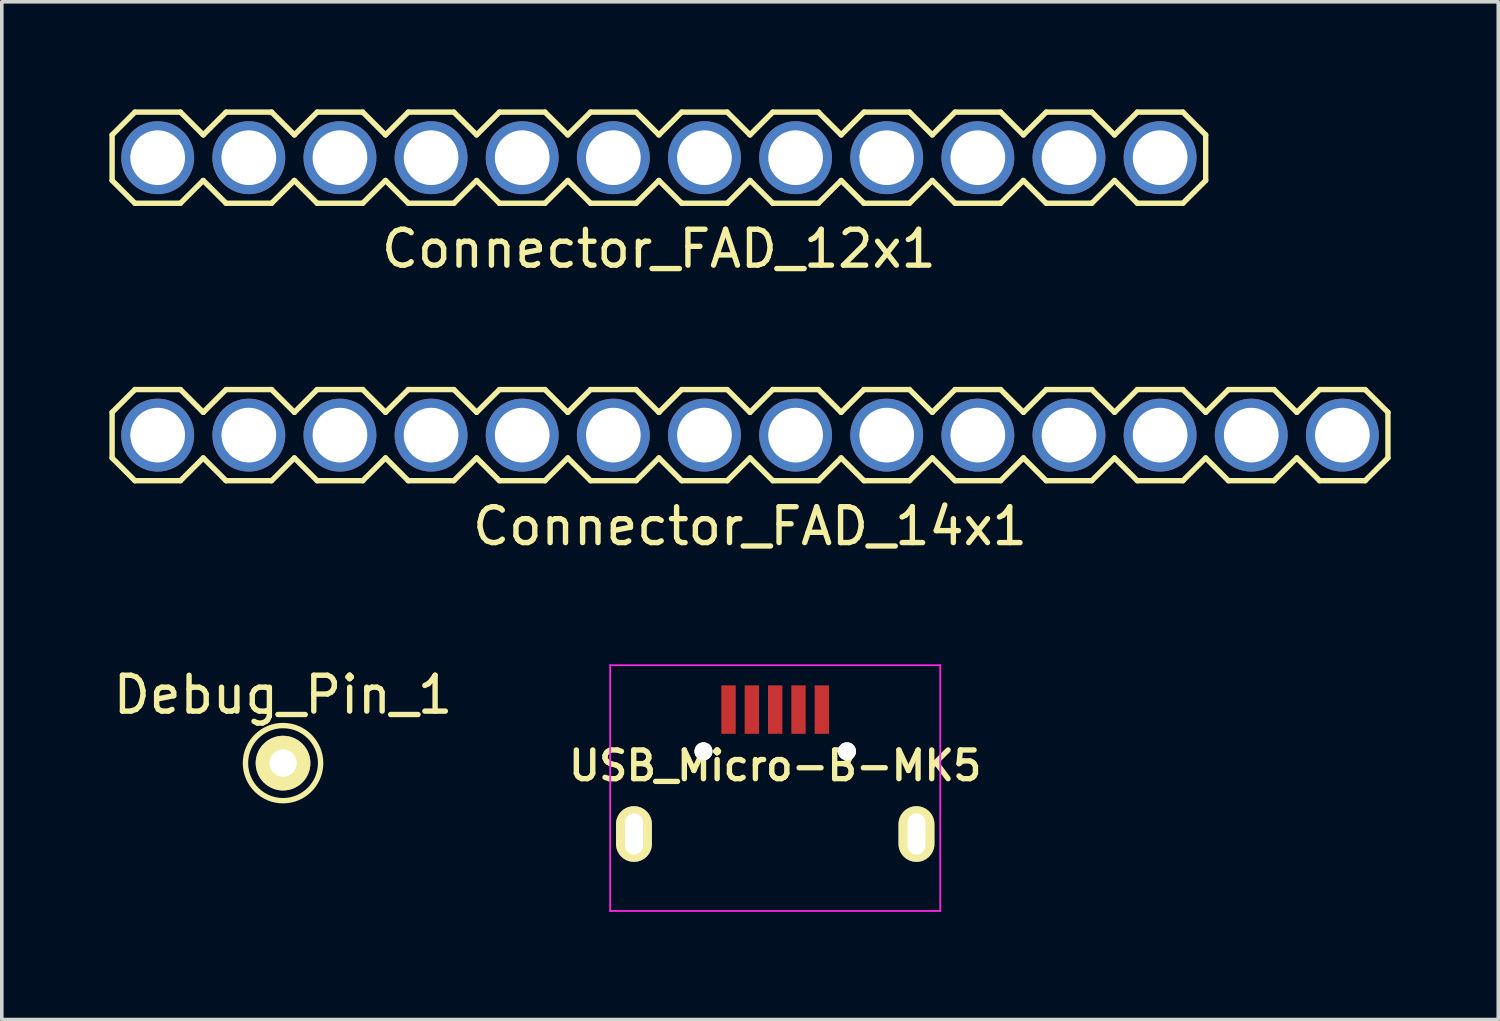
<source format=kicad_pcb>
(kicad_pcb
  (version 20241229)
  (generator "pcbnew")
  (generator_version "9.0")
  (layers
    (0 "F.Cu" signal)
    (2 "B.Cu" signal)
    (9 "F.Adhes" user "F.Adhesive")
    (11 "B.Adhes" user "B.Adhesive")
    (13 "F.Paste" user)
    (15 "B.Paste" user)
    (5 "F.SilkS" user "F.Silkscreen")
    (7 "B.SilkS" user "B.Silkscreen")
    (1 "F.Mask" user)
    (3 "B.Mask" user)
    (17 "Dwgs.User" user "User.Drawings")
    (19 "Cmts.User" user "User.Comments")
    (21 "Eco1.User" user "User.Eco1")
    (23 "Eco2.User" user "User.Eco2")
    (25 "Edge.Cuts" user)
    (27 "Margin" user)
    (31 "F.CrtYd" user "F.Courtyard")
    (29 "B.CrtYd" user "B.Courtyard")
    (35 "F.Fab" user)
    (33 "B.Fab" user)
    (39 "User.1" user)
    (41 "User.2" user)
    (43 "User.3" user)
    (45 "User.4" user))
  (footprint "Debug_Pin_1"
    (layer "F.Cu")
    (at 4.839 18.22)
    (property "Reference" "Debug_Pin_1" (at 0 -1.905 0) (layer "F.SilkS") (effects (font (size 1 1) (thickness 0.15))))
    (attr through_hole)
    (fp_circle (center 0 0) (end 1.016 0.254) (stroke (width 0.15) (type solid)) (fill no) (layer "F.SilkS"))
    (pad "1" thru_hole circle (at 0 0) (size 1.524 1.524) (drill 0.762) (layers "*.Cu" "*.Mask" "F.SilkS")))
  (footprint "USB_Micro-B-MK5"
    (layer "F.Cu")
    (at 18.557 18.291)
    (property "Reference" "USB_Micro-B-MK5" (at 0 0 0) (layer "F.SilkS") (effects (font (size 0.8 0.8) (thickness 0.15))))
    (attr smd)
    (fp_line (start -4.6 -2.8) (end 4.6 -2.8) (stroke (width 0.05) (type solid)) (layer "F.CrtYd"))
    (fp_line (start -4.6 4.05) (end -4.6 -2.8) (stroke (width 0.05) (type solid)) (layer "F.CrtYd"))
    (fp_line (start 4.6 -2.8) (end 4.6 4.05) (stroke (width 0.05) (type solid)) (layer "F.CrtYd"))
    (fp_line (start 4.6 4.05) (end -4.6 4.05) (stroke (width 0.05) (type solid)) (layer "F.CrtYd"))
    (pad "" thru_hole circle (at -2 -0.4) (size 0.5 0.5) (drill 0.5) (layers "*.Cu" "*.Mask" "F.SilkS"))
    (pad "" thru_hole circle (at 2 -0.4) (size 0.5 0.5) (drill 0.5) (layers "*.Cu" "*.Mask" "F.SilkS"))
    (pad "1" smd rect (at -1.301 -1.563 90) (size 1.35 0.4) (layers "F.Cu" "F.Mask" "F.Paste"))
    (pad "2" smd rect (at -0.651 -1.563 90) (size 1.35 0.4) (layers "F.Cu" "F.Mask" "F.Paste"))
    (pad "3" smd rect (at -0.001 -1.563 90) (size 1.35 0.4) (layers "F.Cu" "F.Mask" "F.Paste"))
    (pad "4" smd rect (at 0.649 -1.563 90) (size 1.35 0.4) (layers "F.Cu" "F.Mask" "F.Paste"))
    (pad "5" smd rect (at 1.299 -1.563 90) (size 1.35 0.4) (layers "F.Cu" "F.Mask" "F.Paste"))
    (pad "6" thru_hole oval (at -3.937 1.905 90) (size 1.55 1) (drill oval 1.15 0.5) (layers "*.Cu" "*.Mask" "F.SilkS"))
    (pad "6" thru_hole oval (at 3.937 1.905 90) (size 1.55 1) (drill oval 1.15 0.5) (layers "*.Cu" "*.Mask" "F.SilkS")))
  (footprint "Connector_FAD_14x1"
    (layer "F.Cu")
    (at 17.855 9.078)
    (property "Reference" "Connector_FAD_14x1" (at 0 2.54 0) (layer "F.SilkS") (effects (font (size 1 1) (thickness 0.15))))
    (attr through_hole)
    (fp_line (start -17.78 -0.635) (end -17.145 -1.27) (stroke (width 0.15) (type solid)) (layer "F.SilkS"))
    (fp_line (start -17.78 0.635) (end -17.78 -0.635) (stroke (width 0.15) (type solid)) (layer "F.SilkS"))
    (fp_line (start -17.145 -1.27) (end -15.875 -1.27) (stroke (width 0.15) (type solid)) (layer "F.SilkS"))
    (fp_line (start -17.145 1.27) (end -17.78 0.635) (stroke (width 0.15) (type solid)) (layer "F.SilkS"))
    (fp_line (start -15.875 -1.27) (end -15.24 -0.635) (stroke (width 0.15) (type solid)) (layer "F.SilkS"))
    (fp_line (start -15.875 1.27) (end -17.145 1.27) (stroke (width 0.15) (type solid)) (layer "F.SilkS"))
    (fp_line (start -15.24 -0.635) (end -14.605 -1.27) (stroke (width 0.15) (type solid)) (layer "F.SilkS"))
    (fp_line (start -15.24 0.635) (end -15.875 1.27) (stroke (width 0.15) (type solid)) (layer "F.SilkS"))
    (fp_line (start -14.605 -1.27) (end -13.335 -1.27) (stroke (width 0.15) (type solid)) (layer "F.SilkS"))
    (fp_line (start -14.605 1.27) (end -15.24 0.635) (stroke (width 0.15) (type solid)) (layer "F.SilkS"))
    (fp_line (start -13.335 -1.27) (end -12.7 -0.635) (stroke (width 0.15) (type solid)) (layer "F.SilkS"))
    (fp_line (start -13.335 1.27) (end -14.605 1.27) (stroke (width 0.15) (type solid)) (layer "F.SilkS"))
    (fp_line (start -12.7 -0.635) (end -12.065 -1.27) (stroke (width 0.15) (type solid)) (layer "F.SilkS"))
    (fp_line (start -12.7 0.635) (end -13.335 1.27) (stroke (width 0.15) (type solid)) (layer "F.SilkS"))
    (fp_line (start -12.065 -1.27) (end -10.795 -1.27) (stroke (width 0.15) (type solid)) (layer "F.SilkS"))
    (fp_line (start -12.065 1.27) (end -12.7 0.635) (stroke (width 0.15) (type solid)) (layer "F.SilkS"))
    (fp_line (start -10.795 -1.27) (end -10.16 -0.635) (stroke (width 0.15) (type solid)) (layer "F.SilkS"))
    (fp_line (start -10.795 1.27) (end -12.065 1.27) (stroke (width 0.15) (type solid)) (layer "F.SilkS"))
    (fp_line (start -10.16 -0.635) (end -9.525 -1.27) (stroke (width 0.15) (type solid)) (layer "F.SilkS"))
    (fp_line (start -10.16 0.635) (end -10.795 1.27) (stroke (width 0.15) (type solid)) (layer "F.SilkS"))
    (fp_line (start -9.525 -1.27) (end -8.255 -1.27) (stroke (width 0.15) (type solid)) (layer "F.SilkS"))
    (fp_line (start -9.525 1.27) (end -10.16 0.635) (stroke (width 0.15) (type solid)) (layer "F.SilkS"))
    (fp_line (start -8.255 -1.27) (end -7.62 -0.635) (stroke (width 0.15) (type solid)) (layer "F.SilkS"))
    (fp_line (start -8.255 1.27) (end -9.525 1.27) (stroke (width 0.15) (type solid)) (layer "F.SilkS"))
    (fp_line (start -7.62 -0.635) (end -6.985 -1.27) (stroke (width 0.15) (type solid)) (layer "F.SilkS"))
    (fp_line (start -7.62 0.635) (end -8.255 1.27) (stroke (width 0.15) (type solid)) (layer "F.SilkS"))
    (fp_line (start -6.985 -1.27) (end -5.715 -1.27) (stroke (width 0.15) (type solid)) (layer "F.SilkS"))
    (fp_line (start -6.985 1.27) (end -7.62 0.635) (stroke (width 0.15) (type solid)) (layer "F.SilkS"))
    (fp_line (start -5.715 -1.27) (end -5.08 -0.635) (stroke (width 0.15) (type solid)) (layer "F.SilkS"))
    (fp_line (start -5.715 1.27) (end -6.985 1.27) (stroke (width 0.15) (type solid)) (layer "F.SilkS"))
    (fp_line (start -5.08 -0.635) (end -4.445 -1.27) (stroke (width 0.15) (type solid)) (layer "F.SilkS"))
    (fp_line (start -5.08 0.635) (end -5.715 1.27) (stroke (width 0.15) (type solid)) (layer "F.SilkS"))
    (fp_line (start -4.445 -1.27) (end -3.175 -1.27) (stroke (width 0.15) (type solid)) (layer "F.SilkS"))
    (fp_line (start -4.445 1.27) (end -5.08 0.635) (stroke (width 0.15) (type solid)) (layer "F.SilkS"))
    (fp_line (start -3.175 -1.27) (end -2.54 -0.635) (stroke (width 0.15) (type solid)) (layer "F.SilkS"))
    (fp_line (start -3.175 1.27) (end -4.445 1.27) (stroke (width 0.15) (type solid)) (layer "F.SilkS"))
    (fp_line (start -2.54 -0.635) (end -1.905 -1.27) (stroke (width 0.15) (type solid)) (layer "F.SilkS"))
    (fp_line (start -2.54 0.635) (end -3.175 1.27) (stroke (width 0.15) (type solid)) (layer "F.SilkS"))
    (fp_line (start -1.905 -1.27) (end -0.635 -1.27) (stroke (width 0.15) (type solid)) (layer "F.SilkS"))
    (fp_line (start -1.905 1.27) (end -2.54 0.635) (stroke (width 0.15) (type solid)) (layer "F.SilkS"))
    (fp_line (start -0.635 -1.27) (end 0 -0.635) (stroke (width 0.15) (type solid)) (layer "F.SilkS"))
    (fp_line (start -0.635 1.27) (end -1.905 1.27) (stroke (width 0.15) (type solid)) (layer "F.SilkS"))
    (fp_line (start 0 -0.635) (end 0.635 -1.27) (stroke (width 0.15) (type solid)) (layer "F.SilkS"))
    (fp_line (start 0 0.635) (end -0.635 1.27) (stroke (width 0.15) (type solid)) (layer "F.SilkS"))
    (fp_line (start 0.635 -1.27) (end 1.905 -1.27) (stroke (width 0.15) (type solid)) (layer "F.SilkS"))
    (fp_line (start 0.635 1.27) (end 0 0.635) (stroke (width 0.15) (type solid)) (layer "F.SilkS"))
    (fp_line (start 1.905 -1.27) (end 2.54 -0.635) (stroke (width 0.15) (type solid)) (layer "F.SilkS"))
    (fp_line (start 1.905 1.27) (end 0.635 1.27) (stroke (width 0.15) (type solid)) (layer "F.SilkS"))
    (fp_line (start 2.54 -0.635) (end 3.175 -1.27) (stroke (width 0.15) (type solid)) (layer "F.SilkS"))
    (fp_line (start 2.54 0.635) (end 1.905 1.27) (stroke (width 0.15) (type solid)) (layer "F.SilkS"))
    (fp_line (start 3.175 -1.27) (end 4.445 -1.27) (stroke (width 0.15) (type solid)) (layer "F.SilkS"))
    (fp_line (start 3.175 1.27) (end 2.54 0.635) (stroke (width 0.15) (type solid)) (layer "F.SilkS"))
    (fp_line (start 4.445 -1.27) (end 5.08 -0.635) (stroke (width 0.15) (type solid)) (layer "F.SilkS"))
    (fp_line (start 4.445 1.27) (end 3.175 1.27) (stroke (width 0.15) (type solid)) (layer "F.SilkS"))
    (fp_line (start 5.08 -0.635) (end 5.715 -1.27) (stroke (width 0.15) (type solid)) (layer "F.SilkS"))
    (fp_line (start 5.08 0.635) (end 4.445 1.27) (stroke (width 0.15) (type solid)) (layer "F.SilkS"))
    (fp_line (start 5.715 -1.27) (end 6.985 -1.27) (stroke (width 0.15) (type solid)) (layer "F.SilkS"))
    (fp_line (start 5.715 1.27) (end 5.08 0.635) (stroke (width 0.15) (type solid)) (layer "F.SilkS"))
    (fp_line (start 6.985 -1.27) (end 7.62 -0.635) (stroke (width 0.15) (type solid)) (layer "F.SilkS"))
    (fp_line (start 6.985 1.27) (end 5.715 1.27) (stroke (width 0.15) (type solid)) (layer "F.SilkS"))
    (fp_line (start 7.62 -0.635) (end 8.255 -1.27) (stroke (width 0.15) (type solid)) (layer "F.SilkS"))
    (fp_line (start 7.62 0.635) (end 6.985 1.27) (stroke (width 0.15) (type solid)) (layer "F.SilkS"))
    (fp_line (start 8.255 -1.27) (end 9.525 -1.27) (stroke (width 0.15) (type solid)) (layer "F.SilkS"))
    (fp_line (start 8.255 1.27) (end 7.62 0.635) (stroke (width 0.15) (type solid)) (layer "F.SilkS"))
    (fp_line (start 9.525 -1.27) (end 10.16 -0.635) (stroke (width 0.15) (type solid)) (layer "F.SilkS"))
    (fp_line (start 9.525 1.27) (end 8.255 1.27) (stroke (width 0.15) (type solid)) (layer "F.SilkS"))
    (fp_line (start 10.16 -0.635) (end 10.795 -1.27) (stroke (width 0.15) (type solid)) (layer "F.SilkS"))
    (fp_line (start 10.16 0.635) (end 9.525 1.27) (stroke (width 0.15) (type solid)) (layer "F.SilkS"))
    (fp_line (start 10.795 -1.27) (end 12.065 -1.27) (stroke (width 0.15) (type solid)) (layer "F.SilkS"))
    (fp_line (start 10.795 1.27) (end 10.16 0.635) (stroke (width 0.15) (type solid)) (layer "F.SilkS"))
    (fp_line (start 12.065 -1.27) (end 12.7 -0.635) (stroke (width 0.15) (type solid)) (layer "F.SilkS"))
    (fp_line (start 12.065 1.27) (end 10.795 1.27) (stroke (width 0.15) (type solid)) (layer "F.SilkS"))
    (fp_line (start 12.7 -0.635) (end 13.335 -1.27) (stroke (width 0.15) (type solid)) (layer "F.SilkS"))
    (fp_line (start 12.7 0.635) (end 12.065 1.27) (stroke (width 0.15) (type solid)) (layer "F.SilkS"))
    (fp_line (start 13.335 -1.27) (end 14.605 -1.27) (stroke (width 0.15) (type solid)) (layer "F.SilkS"))
    (fp_line (start 13.335 1.27) (end 12.7 0.635) (stroke (width 0.15) (type solid)) (layer "F.SilkS"))
    (fp_line (start 14.605 -1.27) (end 15.24 -0.635) (stroke (width 0.15) (type solid)) (layer "F.SilkS"))
    (fp_line (start 14.605 1.27) (end 13.335 1.27) (stroke (width 0.15) (type solid)) (layer "F.SilkS"))
    (fp_line (start 15.24 -0.635) (end 15.875 -1.27) (stroke (width 0.15) (type solid)) (layer "F.SilkS"))
    (fp_line (start 15.24 0.635) (end 14.605 1.27) (stroke (width 0.15) (type solid)) (layer "F.SilkS"))
    (fp_line (start 15.875 -1.27) (end 17.145 -1.27) (stroke (width 0.15) (type solid)) (layer "F.SilkS"))
    (fp_line (start 15.875 1.27) (end 15.24 0.635) (stroke (width 0.15) (type solid)) (layer "F.SilkS"))
    (fp_line (start 17.145 -1.27) (end 17.78 -0.635) (stroke (width 0.15) (type solid)) (layer "F.SilkS"))
    (fp_line (start 17.145 1.27) (end 15.875 1.27) (stroke (width 0.15) (type solid)) (layer "F.SilkS"))
    (fp_line (start 17.78 -0.635) (end 17.78 0.635) (stroke (width 0.15) (type solid)) (layer "F.SilkS"))
    (fp_line (start 17.78 0.635) (end 17.145 1.27) (stroke (width 0.15) (type solid)) (layer "F.SilkS"))
    (pad "1" thru_hole circle (at -16.51 0) (size 2.032 2.032) (drill 1.524) (layers "*.Cu" "*.Mask"))
    (pad "2" thru_hole circle (at -13.97 0) (size 2.032 2.032) (drill 1.524) (layers "*.Cu" "*.Mask"))
    (pad "3" thru_hole circle (at -11.43 0) (size 2.032 2.032) (drill 1.524) (layers "*.Cu" "*.Mask"))
    (pad "4" thru_hole circle (at -8.89 0) (size 2.032 2.032) (drill 1.524) (layers "*.Cu" "*.Mask"))
    (pad "5" thru_hole circle (at -6.35 0) (size 2.032 2.032) (drill 1.524) (layers "*.Cu" "*.Mask"))
    (pad "6" thru_hole circle (at -3.81 0) (size 2.032 2.032) (drill 1.524) (layers "*.Cu" "*.Mask"))
    (pad "7" thru_hole circle (at -1.27 0) (size 2.032 2.032) (drill 1.524) (layers "*.Cu" "*.Mask"))
    (pad "8" thru_hole circle (at 1.27 0) (size 2.032 2.032) (drill 1.524) (layers "*.Cu" "*.Mask"))
    (pad "9" thru_hole circle (at 3.81 0) (size 2.032 2.032) (drill 1.524) (layers "*.Cu" "*.Mask"))
    (pad "10" thru_hole circle (at 6.35 0) (size 2.032 2.032) (drill 1.524) (layers "*.Cu" "*.Mask"))
    (pad "11" thru_hole circle (at 8.89 0) (size 2.032 2.032) (drill 1.524) (layers "*.Cu" "*.Mask"))
    (pad "12" thru_hole circle (at 11.43 0) (size 2.032 2.032) (drill 1.524) (layers "*.Cu" "*.Mask"))
    (pad "13" thru_hole circle (at 13.97 0) (size 2.032 2.032) (drill 1.524) (layers "*.Cu" "*.Mask"))
    (pad "14" thru_hole circle (at 16.51 0) (size 2.032 2.032) (drill 1.524) (layers "*.Cu" "*.Mask")))
  (footprint "Connector_FAD_12x1"
    (layer "F.Cu")
    (at 15.315 1.345)
    (property "Reference" "Connector_FAD_12x1" (at 0 2.54 0) (layer "F.SilkS") (effects (font (size 1 1) (thickness 0.15))))
    (attr through_hole)
    (fp_line (start -15.24 -0.635) (end -14.605 -1.27) (stroke (width 0.15) (type solid)) (layer "F.SilkS"))
    (fp_line (start -15.24 0.635) (end -15.24 -0.635) (stroke (width 0.15) (type solid)) (layer "F.SilkS"))
    (fp_line (start -14.605 -1.27) (end -13.335 -1.27) (stroke (width 0.15) (type solid)) (layer "F.SilkS"))
    (fp_line (start -14.605 1.27) (end -15.24 0.635) (stroke (width 0.15) (type solid)) (layer "F.SilkS"))
    (fp_line (start -13.335 -1.27) (end -12.7 -0.635) (stroke (width 0.15) (type solid)) (layer "F.SilkS"))
    (fp_line (start -13.335 1.27) (end -14.605 1.27) (stroke (width 0.15) (type solid)) (layer "F.SilkS"))
    (fp_line (start -12.7 -0.635) (end -12.065 -1.27) (stroke (width 0.15) (type solid)) (layer "F.SilkS"))
    (fp_line (start -12.7 0.635) (end -13.335 1.27) (stroke (width 0.15) (type solid)) (layer "F.SilkS"))
    (fp_line (start -12.065 -1.27) (end -10.795 -1.27) (stroke (width 0.15) (type solid)) (layer "F.SilkS"))
    (fp_line (start -12.065 1.27) (end -12.7 0.635) (stroke (width 0.15) (type solid)) (layer "F.SilkS"))
    (fp_line (start -10.795 -1.27) (end -10.16 -0.635) (stroke (width 0.15) (type solid)) (layer "F.SilkS"))
    (fp_line (start -10.795 1.27) (end -12.065 1.27) (stroke (width 0.15) (type solid)) (layer "F.SilkS"))
    (fp_line (start -10.16 -0.635) (end -9.525 -1.27) (stroke (width 0.15) (type solid)) (layer "F.SilkS"))
    (fp_line (start -10.16 0.635) (end -10.795 1.27) (stroke (width 0.15) (type solid)) (layer "F.SilkS"))
    (fp_line (start -9.525 -1.27) (end -8.255 -1.27) (stroke (width 0.15) (type solid)) (layer "F.SilkS"))
    (fp_line (start -9.525 1.27) (end -10.16 0.635) (stroke (width 0.15) (type solid)) (layer "F.SilkS"))
    (fp_line (start -8.255 -1.27) (end -7.62 -0.635) (stroke (width 0.15) (type solid)) (layer "F.SilkS"))
    (fp_line (start -8.255 1.27) (end -9.525 1.27) (stroke (width 0.15) (type solid)) (layer "F.SilkS"))
    (fp_line (start -7.62 -0.635) (end -6.985 -1.27) (stroke (width 0.15) (type solid)) (layer "F.SilkS"))
    (fp_line (start -7.62 0.635) (end -8.255 1.27) (stroke (width 0.15) (type solid)) (layer "F.SilkS"))
    (fp_line (start -6.985 -1.27) (end -5.715 -1.27) (stroke (width 0.15) (type solid)) (layer "F.SilkS"))
    (fp_line (start -6.985 1.27) (end -7.62 0.635) (stroke (width 0.15) (type solid)) (layer "F.SilkS"))
    (fp_line (start -5.715 -1.27) (end -5.08 -0.635) (stroke (width 0.15) (type solid)) (layer "F.SilkS"))
    (fp_line (start -5.715 1.27) (end -6.985 1.27) (stroke (width 0.15) (type solid)) (layer "F.SilkS"))
    (fp_line (start -5.08 -0.635) (end -4.445 -1.27) (stroke (width 0.15) (type solid)) (layer "F.SilkS"))
    (fp_line (start -5.08 0.635) (end -5.715 1.27) (stroke (width 0.15) (type solid)) (layer "F.SilkS"))
    (fp_line (start -4.445 -1.27) (end -3.175 -1.27) (stroke (width 0.15) (type solid)) (layer "F.SilkS"))
    (fp_line (start -4.445 1.27) (end -5.08 0.635) (stroke (width 0.15) (type solid)) (layer "F.SilkS"))
    (fp_line (start -3.175 -1.27) (end -2.54 -0.635) (stroke (width 0.15) (type solid)) (layer "F.SilkS"))
    (fp_line (start -3.175 1.27) (end -4.445 1.27) (stroke (width 0.15) (type solid)) (layer "F.SilkS"))
    (fp_line (start -2.54 -0.635) (end -1.905 -1.27) (stroke (width 0.15) (type solid)) (layer "F.SilkS"))
    (fp_line (start -2.54 0.635) (end -3.175 1.27) (stroke (width 0.15) (type solid)) (layer "F.SilkS"))
    (fp_line (start -1.905 -1.27) (end -0.635 -1.27) (stroke (width 0.15) (type solid)) (layer "F.SilkS"))
    (fp_line (start -1.905 1.27) (end -2.54 0.635) (stroke (width 0.15) (type solid)) (layer "F.SilkS"))
    (fp_line (start -0.635 -1.27) (end 0 -0.635) (stroke (width 0.15) (type solid)) (layer "F.SilkS"))
    (fp_line (start -0.635 1.27) (end -1.905 1.27) (stroke (width 0.15) (type solid)) (layer "F.SilkS"))
    (fp_line (start 0 -0.635) (end 0.635 -1.27) (stroke (width 0.15) (type solid)) (layer "F.SilkS"))
    (fp_line (start 0 0.635) (end -0.635 1.27) (stroke (width 0.15) (type solid)) (layer "F.SilkS"))
    (fp_line (start 0.635 -1.27) (end 1.905 -1.27) (stroke (width 0.15) (type solid)) (layer "F.SilkS"))
    (fp_line (start 0.635 1.27) (end 0 0.635) (stroke (width 0.15) (type solid)) (layer "F.SilkS"))
    (fp_line (start 1.905 -1.27) (end 2.54 -0.635) (stroke (width 0.15) (type solid)) (layer "F.SilkS"))
    (fp_line (start 1.905 1.27) (end 0.635 1.27) (stroke (width 0.15) (type solid)) (layer "F.SilkS"))
    (fp_line (start 2.54 -0.635) (end 3.175 -1.27) (stroke (width 0.15) (type solid)) (layer "F.SilkS"))
    (fp_line (start 2.54 0.635) (end 1.905 1.27) (stroke (width 0.15) (type solid)) (layer "F.SilkS"))
    (fp_line (start 3.175 -1.27) (end 4.445 -1.27) (stroke (width 0.15) (type solid)) (layer "F.SilkS"))
    (fp_line (start 3.175 1.27) (end 2.54 0.635) (stroke (width 0.15) (type solid)) (layer "F.SilkS"))
    (fp_line (start 4.445 -1.27) (end 5.08 -0.635) (stroke (width 0.15) (type solid)) (layer "F.SilkS"))
    (fp_line (start 4.445 1.27) (end 3.175 1.27) (stroke (width 0.15) (type solid)) (layer "F.SilkS"))
    (fp_line (start 5.08 -0.635) (end 5.715 -1.27) (stroke (width 0.15) (type solid)) (layer "F.SilkS"))
    (fp_line (start 5.08 0.635) (end 4.445 1.27) (stroke (width 0.15) (type solid)) (layer "F.SilkS"))
    (fp_line (start 5.715 -1.27) (end 6.985 -1.27) (stroke (width 0.15) (type solid)) (layer "F.SilkS"))
    (fp_line (start 5.715 1.27) (end 5.08 0.635) (stroke (width 0.15) (type solid)) (layer "F.SilkS"))
    (fp_line (start 6.985 -1.27) (end 7.62 -0.635) (stroke (width 0.15) (type solid)) (layer "F.SilkS"))
    (fp_line (start 6.985 1.27) (end 5.715 1.27) (stroke (width 0.15) (type solid)) (layer "F.SilkS"))
    (fp_line (start 7.62 -0.635) (end 8.255 -1.27) (stroke (width 0.15) (type solid)) (layer "F.SilkS"))
    (fp_line (start 7.62 0.635) (end 6.985 1.27) (stroke (width 0.15) (type solid)) (layer "F.SilkS"))
    (fp_line (start 8.255 -1.27) (end 9.525 -1.27) (stroke (width 0.15) (type solid)) (layer "F.SilkS"))
    (fp_line (start 8.255 1.27) (end 7.62 0.635) (stroke (width 0.15) (type solid)) (layer "F.SilkS"))
    (fp_line (start 9.525 -1.27) (end 10.16 -0.635) (stroke (width 0.15) (type solid)) (layer "F.SilkS"))
    (fp_line (start 9.525 1.27) (end 8.255 1.27) (stroke (width 0.15) (type solid)) (layer "F.SilkS"))
    (fp_line (start 10.16 -0.635) (end 10.795 -1.27) (stroke (width 0.15) (type solid)) (layer "F.SilkS"))
    (fp_line (start 10.16 0.635) (end 9.525 1.27) (stroke (width 0.15) (type solid)) (layer "F.SilkS"))
    (fp_line (start 10.795 -1.27) (end 12.065 -1.27) (stroke (width 0.15) (type solid)) (layer "F.SilkS"))
    (fp_line (start 10.795 1.27) (end 10.16 0.635) (stroke (width 0.15) (type solid)) (layer "F.SilkS"))
    (fp_line (start 12.065 -1.27) (end 12.7 -0.635) (stroke (width 0.15) (type solid)) (layer "F.SilkS"))
    (fp_line (start 12.065 1.27) (end 10.795 1.27) (stroke (width 0.15) (type solid)) (layer "F.SilkS"))
    (fp_line (start 12.7 -0.635) (end 13.335 -1.27) (stroke (width 0.15) (type solid)) (layer "F.SilkS"))
    (fp_line (start 12.7 0.635) (end 12.065 1.27) (stroke (width 0.15) (type solid)) (layer "F.SilkS"))
    (fp_line (start 13.335 -1.27) (end 14.605 -1.27) (stroke (width 0.15) (type solid)) (layer "F.SilkS"))
    (fp_line (start 13.335 1.27) (end 12.7 0.635) (stroke (width 0.15) (type solid)) (layer "F.SilkS"))
    (fp_line (start 14.605 -1.27) (end 15.24 -0.635) (stroke (width 0.15) (type solid)) (layer "F.SilkS"))
    (fp_line (start 14.605 1.27) (end 13.335 1.27) (stroke (width 0.15) (type solid)) (layer "F.SilkS"))
    (fp_line (start 15.24 -0.635) (end 15.24 0.635) (stroke (width 0.15) (type solid)) (layer "F.SilkS"))
    (fp_line (start 15.24 0.635) (end 14.605 1.27) (stroke (width 0.15) (type solid)) (layer "F.SilkS"))
    (pad "1" thru_hole circle (at -13.97 0) (size 2.032 2.032) (drill 1.524) (layers "*.Cu" "*.Mask"))
    (pad "2" thru_hole circle (at -11.43 0) (size 2.032 2.032) (drill 1.524) (layers "*.Cu" "*.Mask"))
    (pad "3" thru_hole circle (at -8.89 0) (size 2.032 2.032) (drill 1.524) (layers "*.Cu" "*.Mask"))
    (pad "4" thru_hole circle (at -6.35 0) (size 2.032 2.032) (drill 1.524) (layers "*.Cu" "*.Mask"))
    (pad "5" thru_hole circle (at -3.81 0) (size 2.032 2.032) (drill 1.524) (layers "*.Cu" "*.Mask"))
    (pad "6" thru_hole circle (at -1.27 0) (size 2.032 2.032) (drill 1.524) (layers "*.Cu" "*.Mask"))
    (pad "7" thru_hole circle (at 1.27 0) (size 2.032 2.032) (drill 1.524) (layers "*.Cu" "*.Mask"))
    (pad "8" thru_hole circle (at 3.81 0) (size 2.032 2.032) (drill 1.524) (layers "*.Cu" "*.Mask"))
    (pad "9" thru_hole circle (at 6.35 0) (size 2.032 2.032) (drill 1.524) (layers "*.Cu" "*.Mask"))
    (pad "10" thru_hole circle (at 8.89 0) (size 2.032 2.032) (drill 1.524) (layers "*.Cu" "*.Mask"))
    (pad "11" thru_hole circle (at 11.43 0) (size 2.032 2.032) (drill 1.524) (layers "*.Cu" "*.Mask"))
    (pad "12" thru_hole circle (at 13.97 0) (size 2.032 2.032) (drill 1.524) (layers "*.Cu" "*.Mask")))
  (gr_rect
    (start -3 -3)
    (end 38.71 25.366)
    (stroke (width 0.1) (type default))
    (fill no)
    (layer "Edge.Cuts")))
</source>
